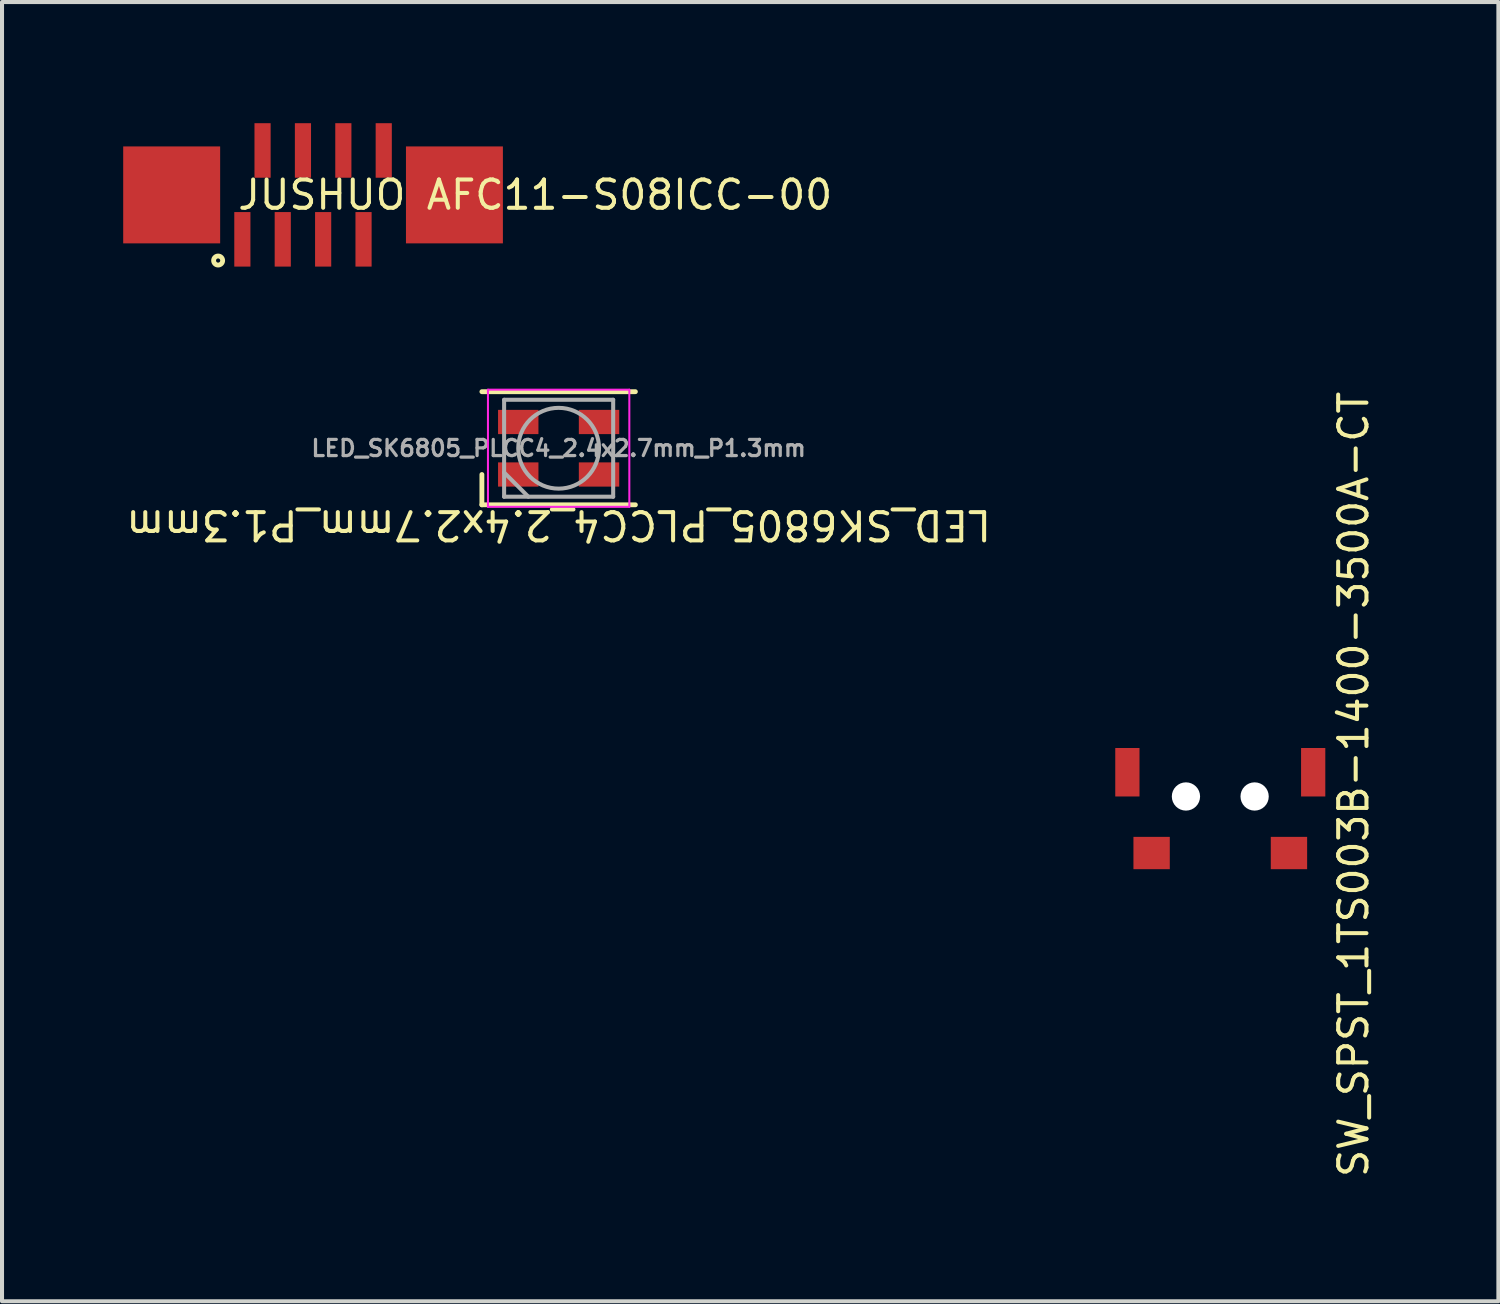
<source format=kicad_pcb>
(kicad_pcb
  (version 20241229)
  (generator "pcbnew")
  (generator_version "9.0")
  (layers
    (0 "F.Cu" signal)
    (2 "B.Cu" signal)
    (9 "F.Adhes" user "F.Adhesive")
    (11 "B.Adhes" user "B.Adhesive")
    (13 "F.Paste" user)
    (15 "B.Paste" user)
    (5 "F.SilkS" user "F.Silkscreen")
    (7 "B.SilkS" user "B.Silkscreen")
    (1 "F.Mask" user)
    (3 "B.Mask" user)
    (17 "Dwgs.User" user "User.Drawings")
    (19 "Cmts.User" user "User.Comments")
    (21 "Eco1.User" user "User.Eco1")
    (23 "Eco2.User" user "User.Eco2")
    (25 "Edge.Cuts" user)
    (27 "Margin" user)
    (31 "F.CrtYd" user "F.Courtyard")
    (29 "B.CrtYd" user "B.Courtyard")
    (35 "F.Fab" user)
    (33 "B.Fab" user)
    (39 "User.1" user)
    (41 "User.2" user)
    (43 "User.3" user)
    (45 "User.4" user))
  (footprint "LED_SK6805_PLCC4_2.4x2.7mm_P1.3mm"
    (layer "F.Cu")
    (at 10.78 8.047)
    (property "Reference" "LED_SK6805_PLCC4_2.4x2.7mm_P1.3mm" (at 0 1.9 180) (unlocked yes) (layer "F.SilkS") (effects (font (size 0.7 0.7) (thickness 0.1))))
    (attr smd)
    (fp_line (start -1.9 -1.4) (end 1.9 -1.4) (stroke (width 0.12) (type solid)) (layer "F.SilkS"))
    (fp_line (start -1.9 1.4) (end -1.9 0.65) (stroke (width 0.12) (type solid)) (layer "F.SilkS"))
    (fp_line (start -1.9 1.4) (end 1.9 1.4) (stroke (width 0.12) (type solid)) (layer "F.SilkS"))
    (fp_line (start -1.75 -1.45) (end -1.75 1.45) (stroke (width 0.05) (type solid)) (layer "F.CrtYd"))
    (fp_line (start -1.75 1.45) (end 1.75 1.45) (stroke (width 0.05) (type solid)) (layer "F.CrtYd"))
    (fp_line (start 1.75 -1.45) (end -1.75 -1.45) (stroke (width 0.05) (type solid)) (layer "F.CrtYd"))
    (fp_line (start 1.75 1.45) (end 1.75 -1.45) (stroke (width 0.05) (type solid)) (layer "F.CrtYd"))
    (fp_line (start -1.35 -1.2) (end -1.35 1.2) (stroke (width 0.1) (type solid)) (layer "F.Fab"))
    (fp_line (start -1.35 0.6) (end -0.75 1.2) (stroke (width 0.1) (type solid)) (layer "F.Fab"))
    (fp_line (start -1.35 1.2) (end 1.35 1.2) (stroke (width 0.1) (type solid)) (layer "F.Fab"))
    (fp_line (start 1.35 -1.2) (end -1.35 -1.2) (stroke (width 0.1) (type solid)) (layer "F.Fab"))
    (fp_line (start 1.35 1.2) (end 1.35 -1.2) (stroke (width 0.1) (type solid)) (layer "F.Fab"))
    (fp_circle (center 0 0) (end 0 -1) (stroke (width 0.1) (type solid)) (fill no) (layer "F.Fab"))
    (fp_text user "${REFERENCE}" (at 0 0 180) (layer "F.Fab") (effects (font (size 0.4 0.4) (thickness 0.08))))
    (pad "1" smd rect (at -1 -0.65) (size 1 0.6) (layers "F.Cu" "F.Mask" "F.Paste"))
    (pad "2" smd rect (at -1 0.65) (size 1 0.6) (layers "F.Cu" "F.Mask" "F.Paste"))
    (pad "3" smd rect (at 1 0.65) (size 1 0.6) (layers "F.Cu" "F.Mask" "F.Paste"))
    (pad "4" smd rect (at 1 -0.65) (size 1 0.6) (layers "F.Cu" "F.Mask" "F.Paste")))
  (footprint "JUSHUO AFC11-S08ICC-00"
    (layer "F.Cu")
    (at 4.7 1.775)
    (property "Reference" "JUSHUO AFC11-S08ICC-00" (at 5.5 0 0) (unlocked yes) (layer "F.SilkS") (effects (font (size 0.7 0.7) (thickness 0.1))))
    (attr smd)
    (fp_circle (center -2.35 1.625) (end -2.45 1.575) (stroke (width 0.12) (type solid)) (fill no) (layer "F.SilkS"))
    (pad "1" smd rect (at -1.75 1.1) (size 0.4 1.35) (layers "F.Cu" "F.Mask" "F.Paste"))
    (pad "2" smd rect (at -1.25 -1.1) (size 0.4 1.35) (layers "F.Cu" "F.Mask" "F.Paste"))
    (pad "3" smd rect (at -0.75 1.1) (size 0.4 1.35) (layers "F.Cu" "F.Mask" "F.Paste"))
    (pad "4" smd rect (at -0.25 -1.1) (size 0.4 1.35) (layers "F.Cu" "F.Mask" "F.Paste"))
    (pad "5" smd rect (at 0.25 1.1) (size 0.4 1.35) (layers "F.Cu" "F.Mask" "F.Paste"))
    (pad "6" smd rect (at 0.75 -1.1) (size 0.4 1.35) (layers "F.Cu" "F.Mask" "F.Paste"))
    (pad "7" smd rect (at 1.25 1.1) (size 0.4 1.35) (layers "F.Cu" "F.Mask" "F.Paste"))
    (pad "8" smd rect (at 1.75 -1.1) (size 0.4 1.35) (layers "F.Cu" "F.Mask" "F.Paste"))
    (pad "MP" smd rect (at -3.5 0 180) (size 2.4 2.4) (layers "F.Cu" "F.Mask" "F.Paste"))
    (pad "MP" smd rect (at 3.5 0 180) (size 2.4 2.4) (layers "F.Cu" "F.Mask" "F.Paste")))
  (footprint "SW_SPST_1TS003B-1400-3500A-CT"
    (layer "F.Cu")
    (at 27.16 16.668)
    (property "Reference" "SW_SPST_1TS003B-1400-3500A-CT" (at 3.3 -0.3 90) (unlocked yes) (layer "F.SilkS") (effects (font (size 0.7 0.7) (thickness 0.1))))
    (attr smd)
    (pad "" np_thru_hole circle (at -0.85 0) (size 0.7 0.7) (drill 0.7) (layers "*.Cu" "*.Mask"))
    (pad "" np_thru_hole circle (at 0.85 0) (size 0.7 0.7) (drill 0.7) (layers "*.Cu" "*.Mask"))
    (pad "1" smd rect (at -1.7 1.4) (size 0.9 0.8) (layers "F.Cu" "F.Mask" "F.Paste"))
    (pad "2" smd rect (at 1.7 1.4) (size 0.9 0.8) (layers "F.Cu" "F.Mask" "F.Paste"))
    (pad "MP" smd rect (at -2.3 -0.6) (size 0.6 1.2) (layers "F.Cu" "F.Mask" "F.Paste"))
    (pad "MP" smd rect (at 2.3 -0.6) (size 0.6 1.2) (layers "F.Cu" "F.Mask" "F.Paste")))
  (gr_rect
    (start -3 -3)
    (end 34.045 29.165)
    (stroke (width 0.1) (type default))
    (fill no)
    (layer "Edge.Cuts")))
</source>
